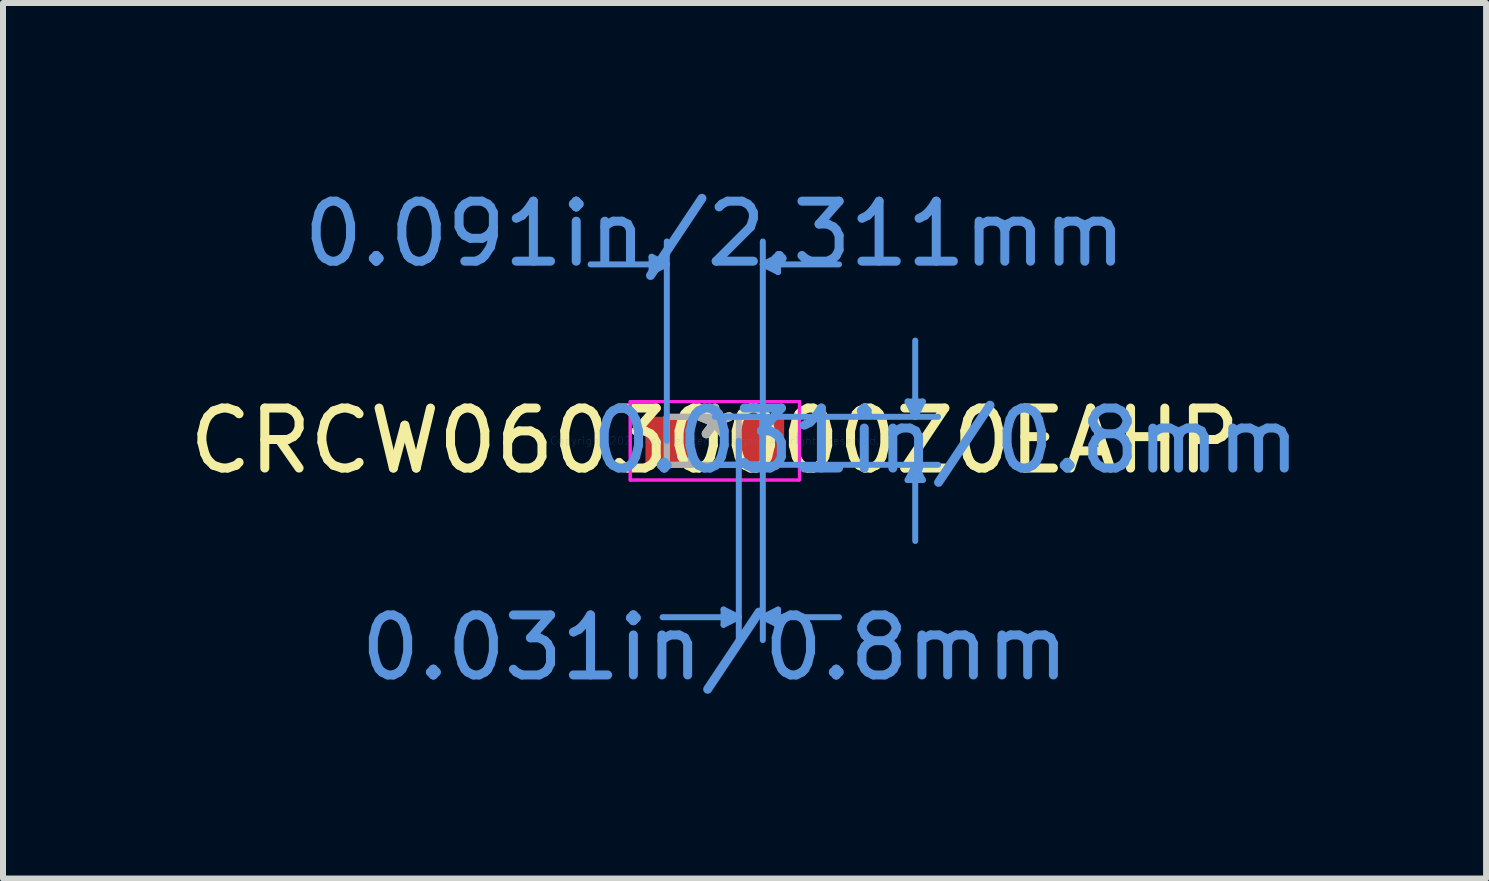
<source format=kicad_pcb>
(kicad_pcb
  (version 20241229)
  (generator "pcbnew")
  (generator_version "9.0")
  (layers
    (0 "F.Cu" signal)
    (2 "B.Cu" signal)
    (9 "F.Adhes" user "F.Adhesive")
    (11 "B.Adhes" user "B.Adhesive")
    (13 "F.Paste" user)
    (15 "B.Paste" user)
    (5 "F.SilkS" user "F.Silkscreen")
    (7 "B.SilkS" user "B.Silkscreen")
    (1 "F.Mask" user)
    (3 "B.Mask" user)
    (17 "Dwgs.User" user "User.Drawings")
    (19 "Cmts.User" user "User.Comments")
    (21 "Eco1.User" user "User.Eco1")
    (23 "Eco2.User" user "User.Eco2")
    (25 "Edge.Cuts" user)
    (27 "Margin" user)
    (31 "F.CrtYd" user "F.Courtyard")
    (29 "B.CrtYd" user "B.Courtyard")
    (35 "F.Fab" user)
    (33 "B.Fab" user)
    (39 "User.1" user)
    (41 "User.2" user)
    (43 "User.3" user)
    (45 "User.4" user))
  (footprint "CRCW06030000Z0EAHP"
    (layer "F.Cu")
    (at 8.863 4.296)
    (property "Reference" "CRCW06030000Z0EAHP" (at 0 0 0) (layer "F.SilkS") (effects (font (size 1 1) (thickness 0.15))))
    (attr through_hole)
    (fp_line (start -1.054 -3.067) (end -1.054 -2.813) (stroke (width 0.1) (type solid)) (layer "Cmts.User"))
    (fp_line (start -0.8 -2.94) (end -2.07 -2.94) (stroke (width 0.1) (type solid)) (layer "Cmts.User"))
    (fp_line (start -0.8 -2.94) (end -1.054 -3.067) (stroke (width 0.1) (type solid)) (layer "Cmts.User"))
    (fp_line (start -0.8 -2.94) (end -1.054 -2.813) (stroke (width 0.1) (type solid)) (layer "Cmts.User"))
    (fp_line (start -0.8 0) (end -0.8 -3.321) (stroke (width 0.1) (type solid)) (layer "Cmts.User"))
    (fp_line (start 0 -0.4) (end 3.721 -0.4) (stroke (width 0.1) (type solid)) (layer "Cmts.User"))
    (fp_line (start 0 0.4) (end 3.721 0.4) (stroke (width 0.1) (type solid)) (layer "Cmts.User"))
    (fp_line (start 0.146 2.813) (end 0.146 3.067) (stroke (width 0.1) (type solid)) (layer "Cmts.User"))
    (fp_line (start 0.4 0) (end 0.4 3.321) (stroke (width 0.1) (type solid)) (layer "Cmts.User"))
    (fp_line (start 0.4 2.94) (end -0.87 2.94) (stroke (width 0.1) (type solid)) (layer "Cmts.User"))
    (fp_line (start 0.4 2.94) (end 0.146 2.813) (stroke (width 0.1) (type solid)) (layer "Cmts.User"))
    (fp_line (start 0.4 2.94) (end 0.146 3.067) (stroke (width 0.1) (type solid)) (layer "Cmts.User"))
    (fp_line (start 0.8 -2.94) (end 1.054 -3.067) (stroke (width 0.1) (type solid)) (layer "Cmts.User"))
    (fp_line (start 0.8 -2.94) (end 1.054 -2.813) (stroke (width 0.1) (type solid)) (layer "Cmts.User"))
    (fp_line (start 0.8 -2.94) (end 2.07 -2.94) (stroke (width 0.1) (type solid)) (layer "Cmts.User"))
    (fp_line (start 0.8 0) (end 0.8 -3.321) (stroke (width 0.1) (type solid)) (layer "Cmts.User"))
    (fp_line (start 0.8 0) (end 0.8 3.321) (stroke (width 0.1) (type solid)) (layer "Cmts.User"))
    (fp_line (start 0.8 2.94) (end 1.054 2.813) (stroke (width 0.1) (type solid)) (layer "Cmts.User"))
    (fp_line (start 0.8 2.94) (end 1.054 3.067) (stroke (width 0.1) (type solid)) (layer "Cmts.User"))
    (fp_line (start 0.8 2.94) (end 2.07 2.94) (stroke (width 0.1) (type solid)) (layer "Cmts.User"))
    (fp_line (start 1.054 -3.067) (end 1.054 -2.813) (stroke (width 0.1) (type solid)) (layer "Cmts.User"))
    (fp_line (start 1.054 2.813) (end 1.054 3.067) (stroke (width 0.1) (type solid)) (layer "Cmts.User"))
    (fp_line (start 3.213 -0.654) (end 3.467 -0.654) (stroke (width 0.1) (type solid)) (layer "Cmts.User"))
    (fp_line (start 3.213 0.654) (end 3.467 0.654) (stroke (width 0.1) (type solid)) (layer "Cmts.User"))
    (fp_line (start 3.34 -0.4) (end 3.213 -0.654) (stroke (width 0.1) (type solid)) (layer "Cmts.User"))
    (fp_line (start 3.34 -0.4) (end 3.34 -1.67) (stroke (width 0.1) (type solid)) (layer "Cmts.User"))
    (fp_line (start 3.34 -0.4) (end 3.467 -0.654) (stroke (width 0.1) (type solid)) (layer "Cmts.User"))
    (fp_line (start 3.34 0.4) (end 3.213 0.654) (stroke (width 0.1) (type solid)) (layer "Cmts.User"))
    (fp_line (start 3.34 0.4) (end 3.34 1.67) (stroke (width 0.1) (type solid)) (layer "Cmts.User"))
    (fp_line (start 3.34 0.4) (end 3.467 0.654) (stroke (width 0.1) (type solid)) (layer "Cmts.User"))
    (fp_line (start -1.41 -0.654) (end 1.41 -0.654) (stroke (width 0.05) (type solid)) (layer "F.CrtYd"))
    (fp_line (start -1.41 -0.654) (end 1.41 -0.654) (stroke (width 0.05) (type solid)) (layer "F.CrtYd"))
    (fp_line (start -1.41 0.654) (end -1.41 -0.654) (stroke (width 0.05) (type solid)) (layer "F.CrtYd"))
    (fp_line (start -1.41 0.654) (end -1.41 -0.654) (stroke (width 0.05) (type solid)) (layer "F.CrtYd"))
    (fp_line (start 1.41 -0.654) (end 1.41 0.654) (stroke (width 0.05) (type solid)) (layer "F.CrtYd"))
    (fp_line (start 1.41 -0.654) (end 1.41 0.654) (stroke (width 0.05) (type solid)) (layer "F.CrtYd"))
    (fp_line (start 1.41 0.654) (end -1.41 0.654) (stroke (width 0.05) (type solid)) (layer "F.CrtYd"))
    (fp_line (start 1.41 0.654) (end -1.41 0.654) (stroke (width 0.05) (type solid)) (layer "F.CrtYd"))
    (fp_line (start -0.8 -0.4) (end -0.8 0.4) (stroke (width 0.1) (type solid)) (layer "F.Fab"))
    (fp_line (start -0.8 -0.4) (end -0.8 0.4) (stroke (width 0.1) (type solid)) (layer "F.Fab"))
    (fp_line (start -0.8 0.4) (end -0.4 0.4) (stroke (width 0.1) (type solid)) (layer "F.Fab"))
    (fp_line (start -0.8 0.4) (end 0.8 0.4) (stroke (width 0.1) (type solid)) (layer "F.Fab"))
    (fp_line (start -0.4 -0.4) (end -0.8 -0.4) (stroke (width 0.1) (type solid)) (layer "F.Fab"))
    (fp_line (start -0.4 0.4) (end -0.4 -0.4) (stroke (width 0.1) (type solid)) (layer "F.Fab"))
    (fp_line (start 0.4 -0.4) (end 0.4 0.4) (stroke (width 0.1) (type solid)) (layer "F.Fab"))
    (fp_line (start 0.4 0.4) (end 0.8 0.4) (stroke (width 0.1) (type solid)) (layer "F.Fab"))
    (fp_line (start 0.8 -0.4) (end -0.8 -0.4) (stroke (width 0.1) (type solid)) (layer "F.Fab"))
    (fp_line (start 0.8 -0.4) (end 0.4 -0.4) (stroke (width 0.1) (type solid)) (layer "F.Fab"))
    (fp_line (start 0.8 0.4) (end 0.8 -0.4) (stroke (width 0.1) (type solid)) (layer "F.Fab"))
    (fp_line (start 0.8 0.4) (end 0.8 -0.4) (stroke (width 0.1) (type solid)) (layer "F.Fab"))
    (fp_text user "*" (at 0 0 0) (layer "F.SilkS") (effects (font (size 1 1) (thickness 0.15))))
    (fp_text user "Copyright 2021 Accelerated Designs. All rights reserved." (at 0 0 0) (layer "Cmts.User") (effects (font (size 0.127 0.127) (thickness 0.002))))
    (fp_text user "0.031in/0.8mm" (at 0 3.448 0) (layer "Cmts.User") (effects (font (size 1 1) (thickness 0.15))))
    (fp_text user "0.091in/2.311mm" (at 0 -3.448 0) (layer "Cmts.User") (effects (font (size 1 1) (thickness 0.15))))
    (fp_text user "0.031in/0.8mm" (at 3.848 0 0) (layer "Cmts.User") (effects (font (size 1 1) (thickness 0.15))))
    (fp_text user "*" (at 0 0 0) (layer "F.Fab") (effects (font (size 1 1) (thickness 0.15))))
    (pad "1" smd rect (at -0.778 0) (size 0.756 0.8) (layers "F.Cu" "F.Mask" "F.Paste"))
    (pad "2" smd rect (at 0.778 0) (size 0.756 0.8) (layers "F.Cu" "F.Mask" "F.Paste")))
  (gr_rect
    (start -3 -3)
    (end 21.717 11.592)
    (stroke (width 0.1) (type default))
    (fill no)
    (layer "Edge.Cuts")))
</source>
